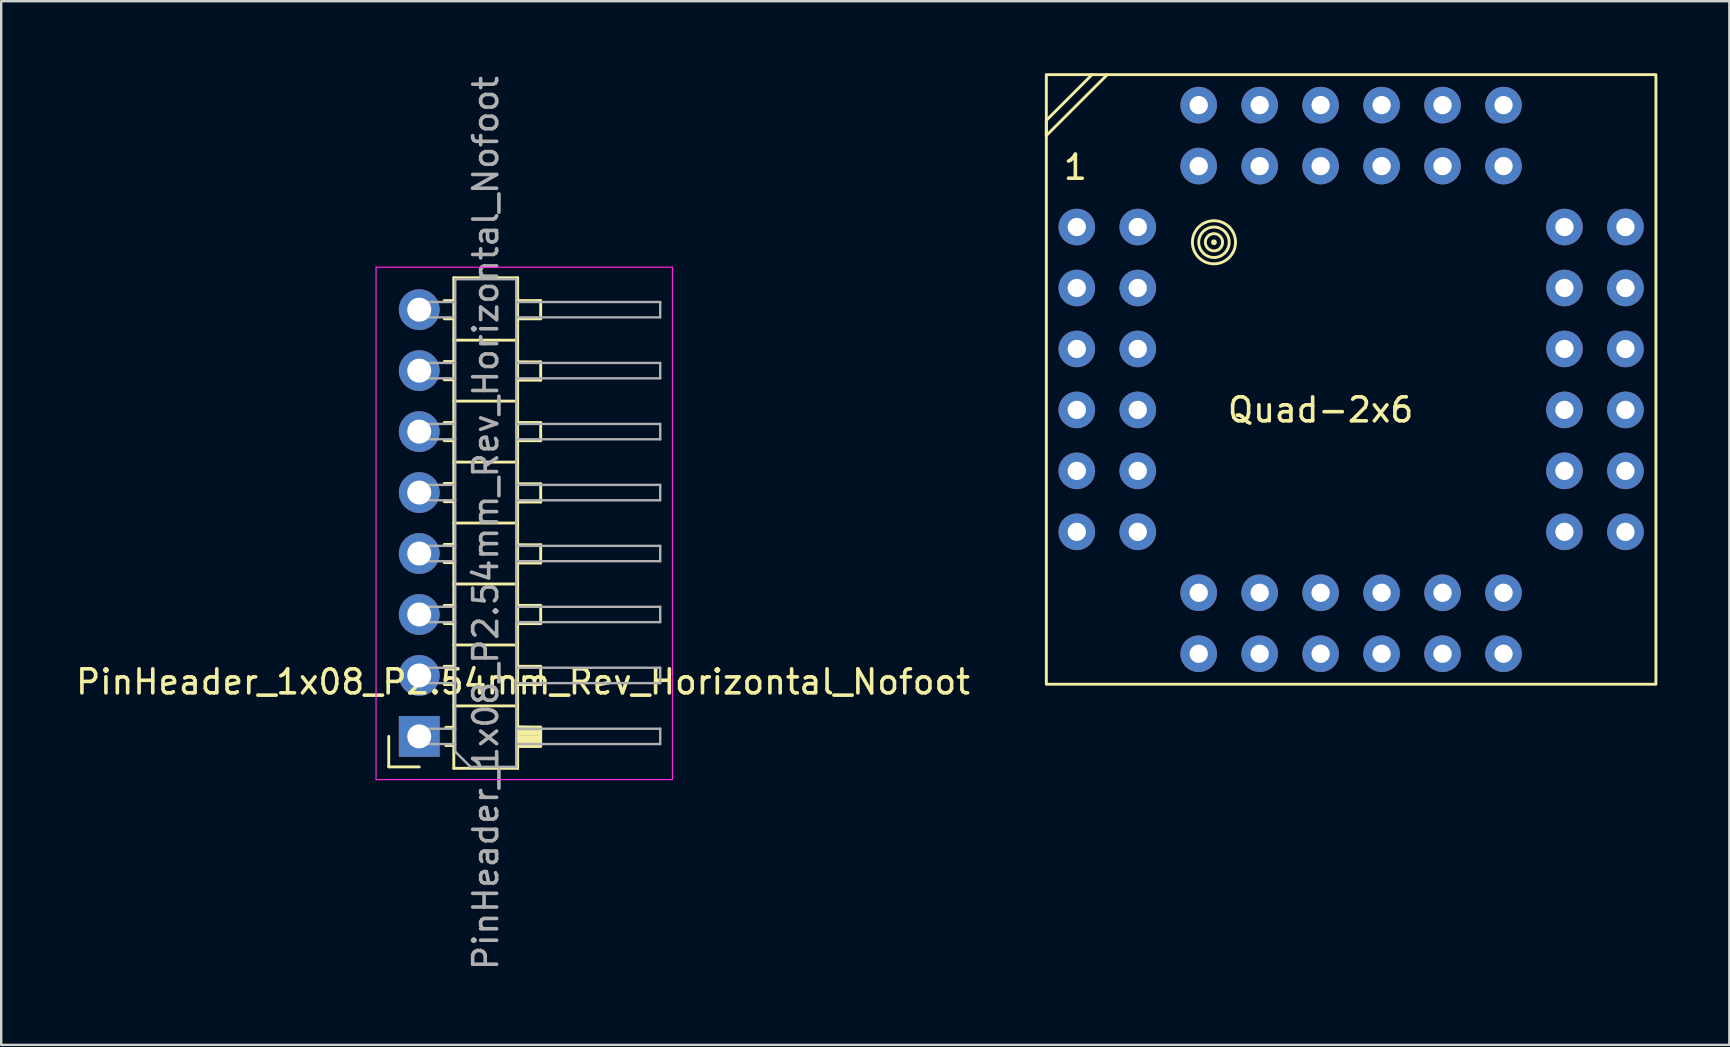
<source format=kicad_pcb>
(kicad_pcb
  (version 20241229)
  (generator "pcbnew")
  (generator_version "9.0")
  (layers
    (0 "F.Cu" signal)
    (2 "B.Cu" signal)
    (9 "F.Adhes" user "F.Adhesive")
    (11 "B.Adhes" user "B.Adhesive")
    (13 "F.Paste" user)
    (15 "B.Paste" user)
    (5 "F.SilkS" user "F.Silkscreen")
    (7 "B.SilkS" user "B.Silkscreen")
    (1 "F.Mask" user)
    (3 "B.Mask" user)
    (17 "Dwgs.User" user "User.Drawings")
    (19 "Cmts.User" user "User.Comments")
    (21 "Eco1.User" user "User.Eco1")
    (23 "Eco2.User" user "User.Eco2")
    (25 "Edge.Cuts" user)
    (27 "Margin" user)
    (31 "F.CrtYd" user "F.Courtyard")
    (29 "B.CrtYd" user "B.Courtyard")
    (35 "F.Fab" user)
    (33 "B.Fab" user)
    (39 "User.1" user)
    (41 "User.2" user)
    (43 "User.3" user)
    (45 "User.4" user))
  (footprint "Quad-2x6"
    (layer "F.Cu")
    (at 41.818 1.33)
    (property "Reference" "Quad-2x6" (at 10.16 12.7 0) (unlocked yes) (layer "F.SilkS") (effects (font (size 1 1) (thickness 0.15))))
    (attr through_hole)
    (fp_line (start -1.27 0.635) (end -1.27 1.27) (stroke (width 0.12) (type default)) (layer "F.SilkS"))
    (fp_line (start -1.27 1.27) (end 1.27 -1.27) (stroke (width 0.12) (type default)) (layer "F.SilkS"))
    (fp_line (start 0.635 -1.27) (end -1.27 0.635) (stroke (width 0.12) (type default)) (layer "F.SilkS"))
    (fp_rect (start -1.27 -1.27) (end 24.13 24.13) (stroke (width 0.12) (type default)) (fill no) (layer "F.SilkS"))
    (fp_circle (center 5.715 5.715) (end 5.715 5.715) (stroke (width 0.12) (type default)) (fill no) (layer "F.SilkS"))
    (fp_circle (center 5.715 5.715) (end 5.969 5.969) (stroke (width 0.12) (type default)) (fill no) (layer "F.SilkS"))
    (fp_circle (center 5.715 5.715) (end 6.096 6.223) (stroke (width 0.12) (type default)) (fill no) (layer "F.SilkS"))
    (fp_circle (center 5.715 5.715) (end 6.35 6.35) (stroke (width 0.12) (type default)) (fill no) (layer "F.SilkS"))
    (fp_text user "1" (at -0.635 3.175 0) (unlocked yes) (layer "F.SilkS") (effects (font (size 1 1) (thickness 0.15)) (justify left bottom)))
    (pad "1" thru_hole circle (at 0 5.08 90) (size 1.524 1.524) (drill 0.762) (layers "*.Cu" "*.Mask"))
    (pad "2" thru_hole circle (at 2.54 5.08 90) (size 1.524 1.524) (drill 0.762) (layers "*.Cu" "*.Mask"))
    (pad "3" thru_hole circle (at 0 7.62 90) (size 1.524 1.524) (drill 0.762) (layers "*.Cu" "*.Mask"))
    (pad "4" thru_hole circle (at 2.54 7.62 90) (size 1.524 1.524) (drill 0.762) (layers "*.Cu" "*.Mask"))
    (pad "5" thru_hole circle (at 0 10.16 90) (size 1.524 1.524) (drill 0.762) (layers "*.Cu" "*.Mask"))
    (pad "6" thru_hole circle (at 2.54 10.16 90) (size 1.524 1.524) (drill 0.762) (layers "*.Cu" "*.Mask"))
    (pad "7" thru_hole circle (at 0 12.7 90) (size 1.524 1.524) (drill 0.762) (layers "*.Cu" "*.Mask"))
    (pad "8" thru_hole circle (at 2.54 12.7 90) (size 1.524 1.524) (drill 0.762) (layers "*.Cu" "*.Mask"))
    (pad "9" thru_hole circle (at 0 15.24 90) (size 1.524 1.524) (drill 0.762) (layers "*.Cu" "*.Mask"))
    (pad "10" thru_hole circle (at 2.54 15.24 90) (size 1.524 1.524) (drill 0.762) (layers "*.Cu" "*.Mask"))
    (pad "11" thru_hole circle (at 0 17.78 90) (size 1.524 1.524) (drill 0.762) (layers "*.Cu" "*.Mask"))
    (pad "12" thru_hole circle (at 2.54 17.78 90) (size 1.524 1.524) (drill 0.762) (layers "*.Cu" "*.Mask"))
    (pad "13" thru_hole circle (at 5.08 22.86) (size 1.524 1.524) (drill 0.762) (layers "*.Cu" "*.Mask"))
    (pad "14" thru_hole circle (at 5.08 20.32) (size 1.524 1.524) (drill 0.762) (layers "*.Cu" "*.Mask"))
    (pad "15" thru_hole circle (at 7.62 22.86) (size 1.524 1.524) (drill 0.762) (layers "*.Cu" "*.Mask"))
    (pad "16" thru_hole circle (at 7.62 20.32) (size 1.524 1.524) (drill 0.762) (layers "*.Cu" "*.Mask"))
    (pad "17" thru_hole circle (at 10.16 22.86) (size 1.524 1.524) (drill 0.762) (layers "*.Cu" "*.Mask"))
    (pad "18" thru_hole circle (at 10.16 20.32) (size 1.524 1.524) (drill 0.762) (layers "*.Cu" "*.Mask"))
    (pad "19" thru_hole circle (at 12.7 22.86) (size 1.524 1.524) (drill 0.762) (layers "*.Cu" "*.Mask"))
    (pad "20" thru_hole circle (at 12.7 20.32) (size 1.524 1.524) (drill 0.762) (layers "*.Cu" "*.Mask"))
    (pad "21" thru_hole circle (at 15.24 22.86) (size 1.524 1.524) (drill 0.762) (layers "*.Cu" "*.Mask"))
    (pad "22" thru_hole circle (at 15.24 20.32) (size 1.524 1.524) (drill 0.762) (layers "*.Cu" "*.Mask"))
    (pad "23" thru_hole circle (at 17.78 22.86) (size 1.524 1.524) (drill 0.762) (layers "*.Cu" "*.Mask"))
    (pad "24" thru_hole circle (at 17.78 20.32) (size 1.524 1.524) (drill 0.762) (layers "*.Cu" "*.Mask"))
    (pad "25" thru_hole circle (at 22.86 17.78) (size 1.524 1.524) (drill 0.762) (layers "*.Cu" "*.Mask"))
    (pad "26" thru_hole circle (at 20.32 17.78) (size 1.524 1.524) (drill 0.762) (layers "*.Cu" "*.Mask"))
    (pad "27" thru_hole circle (at 22.86 15.24) (size 1.524 1.524) (drill 0.762) (layers "*.Cu" "*.Mask"))
    (pad "28" thru_hole circle (at 20.32 15.24) (size 1.524 1.524) (drill 0.762) (layers "*.Cu" "*.Mask"))
    (pad "29" thru_hole circle (at 22.86 12.7) (size 1.524 1.524) (drill 0.762) (layers "*.Cu" "*.Mask"))
    (pad "30" thru_hole circle (at 20.32 12.7) (size 1.524 1.524) (drill 0.762) (layers "*.Cu" "*.Mask"))
    (pad "31" thru_hole circle (at 22.86 10.16) (size 1.524 1.524) (drill 0.762) (layers "*.Cu" "*.Mask"))
    (pad "32" thru_hole circle (at 20.32 10.16) (size 1.524 1.524) (drill 0.762) (layers "*.Cu" "*.Mask"))
    (pad "33" thru_hole circle (at 22.86 7.62) (size 1.524 1.524) (drill 0.762) (layers "*.Cu" "*.Mask"))
    (pad "34" thru_hole circle (at 20.32 7.62) (size 1.524 1.524) (drill 0.762) (layers "*.Cu" "*.Mask"))
    (pad "35" thru_hole circle (at 22.86 5.08) (size 1.524 1.524) (drill 0.762) (layers "*.Cu" "*.Mask"))
    (pad "36" thru_hole circle (at 20.32 5.08) (size 1.524 1.524) (drill 0.762) (layers "*.Cu" "*.Mask"))
    (pad "37" thru_hole circle (at 17.78 0) (size 1.524 1.524) (drill 0.762) (layers "*.Cu" "*.Mask"))
    (pad "38" thru_hole circle (at 17.78 2.54) (size 1.524 1.524) (drill 0.762) (layers "*.Cu" "*.Mask"))
    (pad "39" thru_hole circle (at 15.24 0) (size 1.524 1.524) (drill 0.762) (layers "*.Cu" "*.Mask"))
    (pad "40" thru_hole circle (at 15.24 2.54) (size 1.524 1.524) (drill 0.762) (layers "*.Cu" "*.Mask"))
    (pad "41" thru_hole circle (at 12.7 0) (size 1.524 1.524) (drill 0.762) (layers "*.Cu" "*.Mask"))
    (pad "42" thru_hole circle (at 12.7 2.54) (size 1.524 1.524) (drill 0.762) (layers "*.Cu" "*.Mask"))
    (pad "43" thru_hole circle (at 10.16 0) (size 1.524 1.524) (drill 0.762) (layers "*.Cu" "*.Mask"))
    (pad "44" thru_hole circle (at 10.16 2.54) (size 1.524 1.524) (drill 0.762) (layers "*.Cu" "*.Mask"))
    (pad "45" thru_hole circle (at 7.62 0) (size 1.524 1.524) (drill 0.762) (layers "*.Cu" "*.Mask"))
    (pad "46" thru_hole circle (at 7.62 2.54) (size 1.524 1.524) (drill 0.762) (layers "*.Cu" "*.Mask"))
    (pad "47" thru_hole circle (at 5.08 0) (size 1.524 1.524) (drill 0.762) (layers "*.Cu" "*.Mask"))
    (pad "48" thru_hole circle (at 5.08 2.54) (size 1.524 1.524) (drill 0.762) (layers "*.Cu" "*.Mask")))
  (footprint "PinHeader_1x08_P2.54mm_Rev_Horizontal_Nofoot"
    (layer "F.Cu")
    (at 14.399 27.649)
    (property "Reference" "PinHeader_1x08_P2.54mm_Rev_Horizontal_Nofoot" (at 4.345 -2.285 0) (layer "F.SilkS") (effects (font (size 1 1) (thickness 0.15))))
    (attr through_hole)
    (fp_line (start -1.25 -0.015) (end -1.25 1.255) (stroke (width 0.12) (type solid)) (layer "F.SilkS"))
    (fp_line (start -1.25 1.255) (end 0.02 1.255) (stroke (width 0.12) (type solid)) (layer "F.SilkS"))
    (fp_line (start 1.063 -18.175) (end 1.46 -18.175) (stroke (width 0.12) (type solid)) (layer "F.SilkS"))
    (fp_line (start 1.063 -17.415) (end 1.46 -17.415) (stroke (width 0.12) (type solid)) (layer "F.SilkS"))
    (fp_line (start 1.063 -15.635) (end 1.46 -15.635) (stroke (width 0.12) (type solid)) (layer "F.SilkS"))
    (fp_line (start 1.063 -14.875) (end 1.46 -14.875) (stroke (width 0.12) (type solid)) (layer "F.SilkS"))
    (fp_line (start 1.063 -13.095) (end 1.46 -13.095) (stroke (width 0.12) (type solid)) (layer "F.SilkS"))
    (fp_line (start 1.063 -12.335) (end 1.46 -12.335) (stroke (width 0.12) (type solid)) (layer "F.SilkS"))
    (fp_line (start 1.063 -10.555) (end 1.46 -10.555) (stroke (width 0.12) (type solid)) (layer "F.SilkS"))
    (fp_line (start 1.063 -9.795) (end 1.46 -9.795) (stroke (width 0.12) (type solid)) (layer "F.SilkS"))
    (fp_line (start 1.063 -8.015) (end 1.46 -8.015) (stroke (width 0.12) (type solid)) (layer "F.SilkS"))
    (fp_line (start 1.063 -7.255) (end 1.46 -7.255) (stroke (width 0.12) (type solid)) (layer "F.SilkS"))
    (fp_line (start 1.063 -5.475) (end 1.46 -5.475) (stroke (width 0.12) (type solid)) (layer "F.SilkS"))
    (fp_line (start 1.063 -4.715) (end 1.46 -4.715) (stroke (width 0.12) (type solid)) (layer "F.SilkS"))
    (fp_line (start 1.063 -2.935) (end 1.46 -2.935) (stroke (width 0.12) (type solid)) (layer "F.SilkS"))
    (fp_line (start 1.063 -2.175) (end 1.46 -2.175) (stroke (width 0.12) (type solid)) (layer "F.SilkS"))
    (fp_line (start 1.13 -0.395) (end 1.46 -0.395) (stroke (width 0.12) (type solid)) (layer "F.SilkS"))
    (fp_line (start 1.13 0.365) (end 1.46 0.365) (stroke (width 0.12) (type solid)) (layer "F.SilkS"))
    (fp_line (start 1.46 -19.125) (end 4.12 -19.125) (stroke (width 0.12) (type solid)) (layer "F.SilkS"))
    (fp_line (start 1.46 -16.525) (end 4.12 -16.525) (stroke (width 0.12) (type solid)) (layer "F.SilkS"))
    (fp_line (start 1.46 -13.985) (end 4.12 -13.985) (stroke (width 0.12) (type solid)) (layer "F.SilkS"))
    (fp_line (start 1.46 -11.445) (end 4.12 -11.445) (stroke (width 0.12) (type solid)) (layer "F.SilkS"))
    (fp_line (start 1.46 -8.905) (end 4.12 -8.905) (stroke (width 0.12) (type solid)) (layer "F.SilkS"))
    (fp_line (start 1.46 -6.365) (end 4.12 -6.365) (stroke (width 0.12) (type solid)) (layer "F.SilkS"))
    (fp_line (start 1.46 -3.825) (end 4.12 -3.825) (stroke (width 0.12) (type solid)) (layer "F.SilkS"))
    (fp_line (start 1.46 -1.285) (end 4.12 -1.285) (stroke (width 0.12) (type solid)) (layer "F.SilkS"))
    (fp_line (start 1.46 1.315) (end 1.46 -19.125) (stroke (width 0.12) (type solid)) (layer "F.SilkS"))
    (fp_line (start 4.12 -19.125) (end 4.12 1.315) (stroke (width 0.12) (type solid)) (layer "F.SilkS"))
    (fp_line (start 4.12 -17.415) (end 5.08 -17.415) (stroke (width 0.12) (type solid)) (layer "F.SilkS"))
    (fp_line (start 4.12 -14.859) (end 5.08 -14.86) (stroke (width 0.12) (type solid)) (layer "F.SilkS"))
    (fp_line (start 4.12 -12.335) (end 5.08 -12.335) (stroke (width 0.12) (type solid)) (layer "F.SilkS"))
    (fp_line (start 4.12 -9.779) (end 5.08 -9.78) (stroke (width 0.12) (type solid)) (layer "F.SilkS"))
    (fp_line (start 4.12 -7.239) (end 5.08 -7.24) (stroke (width 0.12) (type solid)) (layer "F.SilkS"))
    (fp_line (start 4.12 -4.715) (end 5.08 -4.715) (stroke (width 0.12) (type solid)) (layer "F.SilkS"))
    (fp_line (start 4.12 -2.175) (end 5.08 -2.175) (stroke (width 0.12) (type solid)) (layer "F.SilkS"))
    (fp_line (start 4.12 0.185) (end 5.08 0.185) (stroke (width 0.12) (type solid)) (layer "F.SilkS"))
    (fp_line (start 4.12 1.315) (end 1.46 1.315) (stroke (width 0.12) (type solid)) (layer "F.SilkS"))
    (fp_line (start 4.166 -0.406) (end 5.08 -0.406) (stroke (width 0.12) (type default)) (layer "F.SilkS"))
    (fp_line (start 4.166 -0.305) (end 5.08 -0.305) (stroke (width 0.12) (type default)) (layer "F.SilkS"))
    (fp_line (start 4.166 -0.203) (end 5.08 -0.203) (stroke (width 0.12) (type default)) (layer "F.SilkS"))
    (fp_line (start 4.166 -0.102) (end 5.08 -0.102) (stroke (width 0.12) (type default)) (layer "F.SilkS"))
    (fp_line (start 4.166 0) (end 5.08 0) (stroke (width 0.12) (type default)) (layer "F.SilkS"))
    (fp_line (start 4.166 0.102) (end 5.08 0.102) (stroke (width 0.12) (type default)) (layer "F.SilkS"))
    (fp_line (start 4.166 0.254) (end 5.08 0.254) (stroke (width 0.12) (type default)) (layer "F.SilkS"))
    (fp_line (start 4.166 0.356) (end 5.08 0.356) (stroke (width 0.12) (type default)) (layer "F.SilkS"))
    (fp_line (start 4.166 0.406) (end 5.08 0.406) (stroke (width 0.12) (type default)) (layer "F.SilkS"))
    (fp_line (start 5.08 -18.175) (end 4.12 -18.175) (stroke (width 0.12) (type solid)) (layer "F.SilkS"))
    (fp_line (start 5.08 -17.415) (end 5.08 -18.175) (stroke (width 0.12) (type solid)) (layer "F.SilkS"))
    (fp_line (start 5.08 -15.62) (end 4.12 -15.621) (stroke (width 0.12) (type solid)) (layer "F.SilkS"))
    (fp_line (start 5.08 -14.86) (end 5.08 -15.62) (stroke (width 0.12) (type solid)) (layer "F.SilkS"))
    (fp_line (start 5.08 -13.095) (end 4.12 -13.095) (stroke (width 0.12) (type solid)) (layer "F.SilkS"))
    (fp_line (start 5.08 -12.335) (end 5.08 -13.095) (stroke (width 0.12) (type solid)) (layer "F.SilkS"))
    (fp_line (start 5.08 -10.54) (end 4.12 -10.541) (stroke (width 0.12) (type solid)) (layer "F.SilkS"))
    (fp_line (start 5.08 -9.78) (end 5.08 -10.54) (stroke (width 0.12) (type solid)) (layer "F.SilkS"))
    (fp_line (start 5.08 -8) (end 4.191 -8.001) (stroke (width 0.12) (type solid)) (layer "F.SilkS"))
    (fp_line (start 5.08 -7.24) (end 5.08 -8) (stroke (width 0.12) (type solid)) (layer "F.SilkS"))
    (fp_line (start 5.08 -5.475) (end 4.12 -5.475) (stroke (width 0.12) (type solid)) (layer "F.SilkS"))
    (fp_line (start 5.08 -4.715) (end 5.08 -5.475) (stroke (width 0.12) (type solid)) (layer "F.SilkS"))
    (fp_line (start 5.08 -2.935) (end 4.12 -2.935) (stroke (width 0.12) (type solid)) (layer "F.SilkS"))
    (fp_line (start 5.08 -2.175) (end 5.08 -2.935) (stroke (width 0.12) (type solid)) (layer "F.SilkS"))
    (fp_line (start 5.08 -0.38) (end 4.115 -0.406) (stroke (width 0.12) (type solid)) (layer "F.SilkS"))
    (fp_line (start 5.08 0.38) (end 5.08 -0.38) (stroke (width 0.12) (type solid)) (layer "F.SilkS"))
    (fp_line (start -1.78 -19.565) (end 10.57 -19.565) (stroke (width 0.05) (type solid)) (layer "F.CrtYd"))
    (fp_line (start -1.78 1.785) (end -1.78 -19.565) (stroke (width 0.05) (type solid)) (layer "F.CrtYd"))
    (fp_line (start 10.57 -19.565) (end 10.57 1.785) (stroke (width 0.05) (type solid)) (layer "F.CrtYd"))
    (fp_line (start 10.57 1.785) (end -1.78 1.785) (stroke (width 0.05) (type solid)) (layer "F.CrtYd"))
    (fp_line (start -0.3 -18.115) (end 1.52 -18.115) (stroke (width 0.1) (type solid)) (layer "F.Fab"))
    (fp_line (start -0.3 -17.475) (end -0.3 -18.115) (stroke (width 0.1) (type solid)) (layer "F.Fab"))
    (fp_line (start -0.3 -17.475) (end 1.52 -17.475) (stroke (width 0.1) (type solid)) (layer "F.Fab"))
    (fp_line (start -0.3 -15.575) (end 1.52 -15.575) (stroke (width 0.1) (type solid)) (layer "F.Fab"))
    (fp_line (start -0.3 -14.935) (end -0.3 -15.575) (stroke (width 0.1) (type solid)) (layer "F.Fab"))
    (fp_line (start -0.3 -14.935) (end 1.52 -14.935) (stroke (width 0.1) (type solid)) (layer "F.Fab"))
    (fp_line (start -0.3 -13.035) (end 1.52 -13.035) (stroke (width 0.1) (type solid)) (layer "F.Fab"))
    (fp_line (start -0.3 -12.395) (end -0.3 -13.035) (stroke (width 0.1) (type solid)) (layer "F.Fab"))
    (fp_line (start -0.3 -12.395) (end 1.52 -12.395) (stroke (width 0.1) (type solid)) (layer "F.Fab"))
    (fp_line (start -0.3 -10.495) (end 1.52 -10.495) (stroke (width 0.1) (type solid)) (layer "F.Fab"))
    (fp_line (start -0.3 -9.855) (end -0.3 -10.495) (stroke (width 0.1) (type solid)) (layer "F.Fab"))
    (fp_line (start -0.3 -9.855) (end 1.52 -9.855) (stroke (width 0.1) (type solid)) (layer "F.Fab"))
    (fp_line (start -0.3 -7.955) (end 1.52 -7.955) (stroke (width 0.1) (type solid)) (layer "F.Fab"))
    (fp_line (start -0.3 -7.315) (end -0.3 -7.955) (stroke (width 0.1) (type solid)) (layer "F.Fab"))
    (fp_line (start -0.3 -7.315) (end 1.52 -7.315) (stroke (width 0.1) (type solid)) (layer "F.Fab"))
    (fp_line (start -0.3 -5.415) (end 1.52 -5.415) (stroke (width 0.1) (type solid)) (layer "F.Fab"))
    (fp_line (start -0.3 -4.775) (end -0.3 -5.415) (stroke (width 0.1) (type solid)) (layer "F.Fab"))
    (fp_line (start -0.3 -4.775) (end 1.52 -4.775) (stroke (width 0.1) (type solid)) (layer "F.Fab"))
    (fp_line (start -0.3 -2.875) (end 1.52 -2.875) (stroke (width 0.1) (type solid)) (layer "F.Fab"))
    (fp_line (start -0.3 -2.235) (end -0.3 -2.875) (stroke (width 0.1) (type solid)) (layer "F.Fab"))
    (fp_line (start -0.3 -2.235) (end 1.52 -2.235) (stroke (width 0.1) (type solid)) (layer "F.Fab"))
    (fp_line (start -0.3 -0.335) (end 1.52 -0.335) (stroke (width 0.1) (type solid)) (layer "F.Fab"))
    (fp_line (start -0.3 0.305) (end -0.3 -0.335) (stroke (width 0.1) (type solid)) (layer "F.Fab"))
    (fp_line (start -0.3 0.305) (end 1.52 0.305) (stroke (width 0.1) (type solid)) (layer "F.Fab"))
    (fp_line (start 1.52 -19.065) (end 1.52 0.62) (stroke (width 0.1) (type solid)) (layer "F.Fab"))
    (fp_line (start 1.52 0.62) (end 2.155 1.255) (stroke (width 0.1) (type solid)) (layer "F.Fab"))
    (fp_line (start 2.155 1.255) (end 4.06 1.255) (stroke (width 0.1) (type solid)) (layer "F.Fab"))
    (fp_line (start 4.06 -19.065) (end 1.52 -19.065) (stroke (width 0.1) (type solid)) (layer "F.Fab"))
    (fp_line (start 4.06 -18.115) (end 10.06 -18.115) (stroke (width 0.1) (type solid)) (layer "F.Fab"))
    (fp_line (start 4.06 -17.475) (end 10.06 -17.475) (stroke (width 0.1) (type solid)) (layer "F.Fab"))
    (fp_line (start 4.06 -15.575) (end 10.06 -15.575) (stroke (width 0.1) (type solid)) (layer "F.Fab"))
    (fp_line (start 4.06 -14.935) (end 10.06 -14.935) (stroke (width 0.1) (type solid)) (layer "F.Fab"))
    (fp_line (start 4.06 -13.035) (end 10.06 -13.035) (stroke (width 0.1) (type solid)) (layer "F.Fab"))
    (fp_line (start 4.06 -12.395) (end 10.06 -12.395) (stroke (width 0.1) (type solid)) (layer "F.Fab"))
    (fp_line (start 4.06 -10.495) (end 10.06 -10.495) (stroke (width 0.1) (type solid)) (layer "F.Fab"))
    (fp_line (start 4.06 -9.855) (end 10.06 -9.855) (stroke (width 0.1) (type solid)) (layer "F.Fab"))
    (fp_line (start 4.06 -7.955) (end 10.06 -7.955) (stroke (width 0.1) (type solid)) (layer "F.Fab"))
    (fp_line (start 4.06 -7.315) (end 10.06 -7.315) (stroke (width 0.1) (type solid)) (layer "F.Fab"))
    (fp_line (start 4.06 -5.415) (end 10.06 -5.415) (stroke (width 0.1) (type solid)) (layer "F.Fab"))
    (fp_line (start 4.06 -4.775) (end 10.06 -4.775) (stroke (width 0.1) (type solid)) (layer "F.Fab"))
    (fp_line (start 4.06 -2.875) (end 10.06 -2.875) (stroke (width 0.1) (type solid)) (layer "F.Fab"))
    (fp_line (start 4.06 -2.235) (end 10.06 -2.235) (stroke (width 0.1) (type solid)) (layer "F.Fab"))
    (fp_line (start 4.06 -0.335) (end 10.06 -0.335) (stroke (width 0.1) (type solid)) (layer "F.Fab"))
    (fp_line (start 4.06 0.305) (end 10.06 0.305) (stroke (width 0.1) (type solid)) (layer "F.Fab"))
    (fp_line (start 4.06 1.255) (end 4.06 -19.065) (stroke (width 0.1) (type solid)) (layer "F.Fab"))
    (fp_line (start 10.06 -17.475) (end 10.06 -18.115) (stroke (width 0.1) (type solid)) (layer "F.Fab"))
    (fp_line (start 10.06 -14.935) (end 10.06 -15.575) (stroke (width 0.1) (type solid)) (layer "F.Fab"))
    (fp_line (start 10.06 -12.395) (end 10.06 -13.035) (stroke (width 0.1) (type solid)) (layer "F.Fab"))
    (fp_line (start 10.06 -9.855) (end 10.06 -10.495) (stroke (width 0.1) (type solid)) (layer "F.Fab"))
    (fp_line (start 10.06 -7.315) (end 10.06 -7.955) (stroke (width 0.1) (type solid)) (layer "F.Fab"))
    (fp_line (start 10.06 -4.775) (end 10.06 -5.415) (stroke (width 0.1) (type solid)) (layer "F.Fab"))
    (fp_line (start 10.06 -2.235) (end 10.06 -2.875) (stroke (width 0.1) (type solid)) (layer "F.Fab"))
    (fp_line (start 10.06 0.305) (end 10.06 -0.335) (stroke (width 0.1) (type solid)) (layer "F.Fab"))
    (fp_text user "${REFERENCE}" (at 2.79 -8.905 90) (layer "F.Fab") (effects (font (size 1 1) (thickness 0.15))))
    (pad "1" thru_hole rect (at 0.02 -0.015) (size 1.7 1.7) (drill 1) (layers "*.Cu" "*.Mask"))
    (pad "2" thru_hole oval (at 0.02 -2.555) (size 1.7 1.7) (drill 1) (layers "*.Cu" "*.Mask"))
    (pad "3" thru_hole oval (at 0.02 -5.095) (size 1.7 1.7) (drill 1) (layers "*.Cu" "*.Mask"))
    (pad "4" thru_hole oval (at 0.02 -7.635) (size 1.7 1.7) (drill 1) (layers "*.Cu" "*.Mask"))
    (pad "5" thru_hole oval (at 0.02 -10.175) (size 1.7 1.7) (drill 1) (layers "*.Cu" "*.Mask"))
    (pad "6" thru_hole oval (at 0.02 -12.715) (size 1.7 1.7) (drill 1) (layers "*.Cu" "*.Mask"))
    (pad "7" thru_hole oval (at 0.02 -15.255) (size 1.7 1.7) (drill 1) (layers "*.Cu" "*.Mask"))
    (pad "8" thru_hole oval (at 0.02 -17.795) (size 1.7 1.7) (drill 1) (layers "*.Cu" "*.Mask")))
  (gr_rect
    (start -3 -3)
    (end 69.008 40.488)
    (stroke (width 0.1) (type default))
    (fill no)
    (layer "Edge.Cuts")))
</source>
